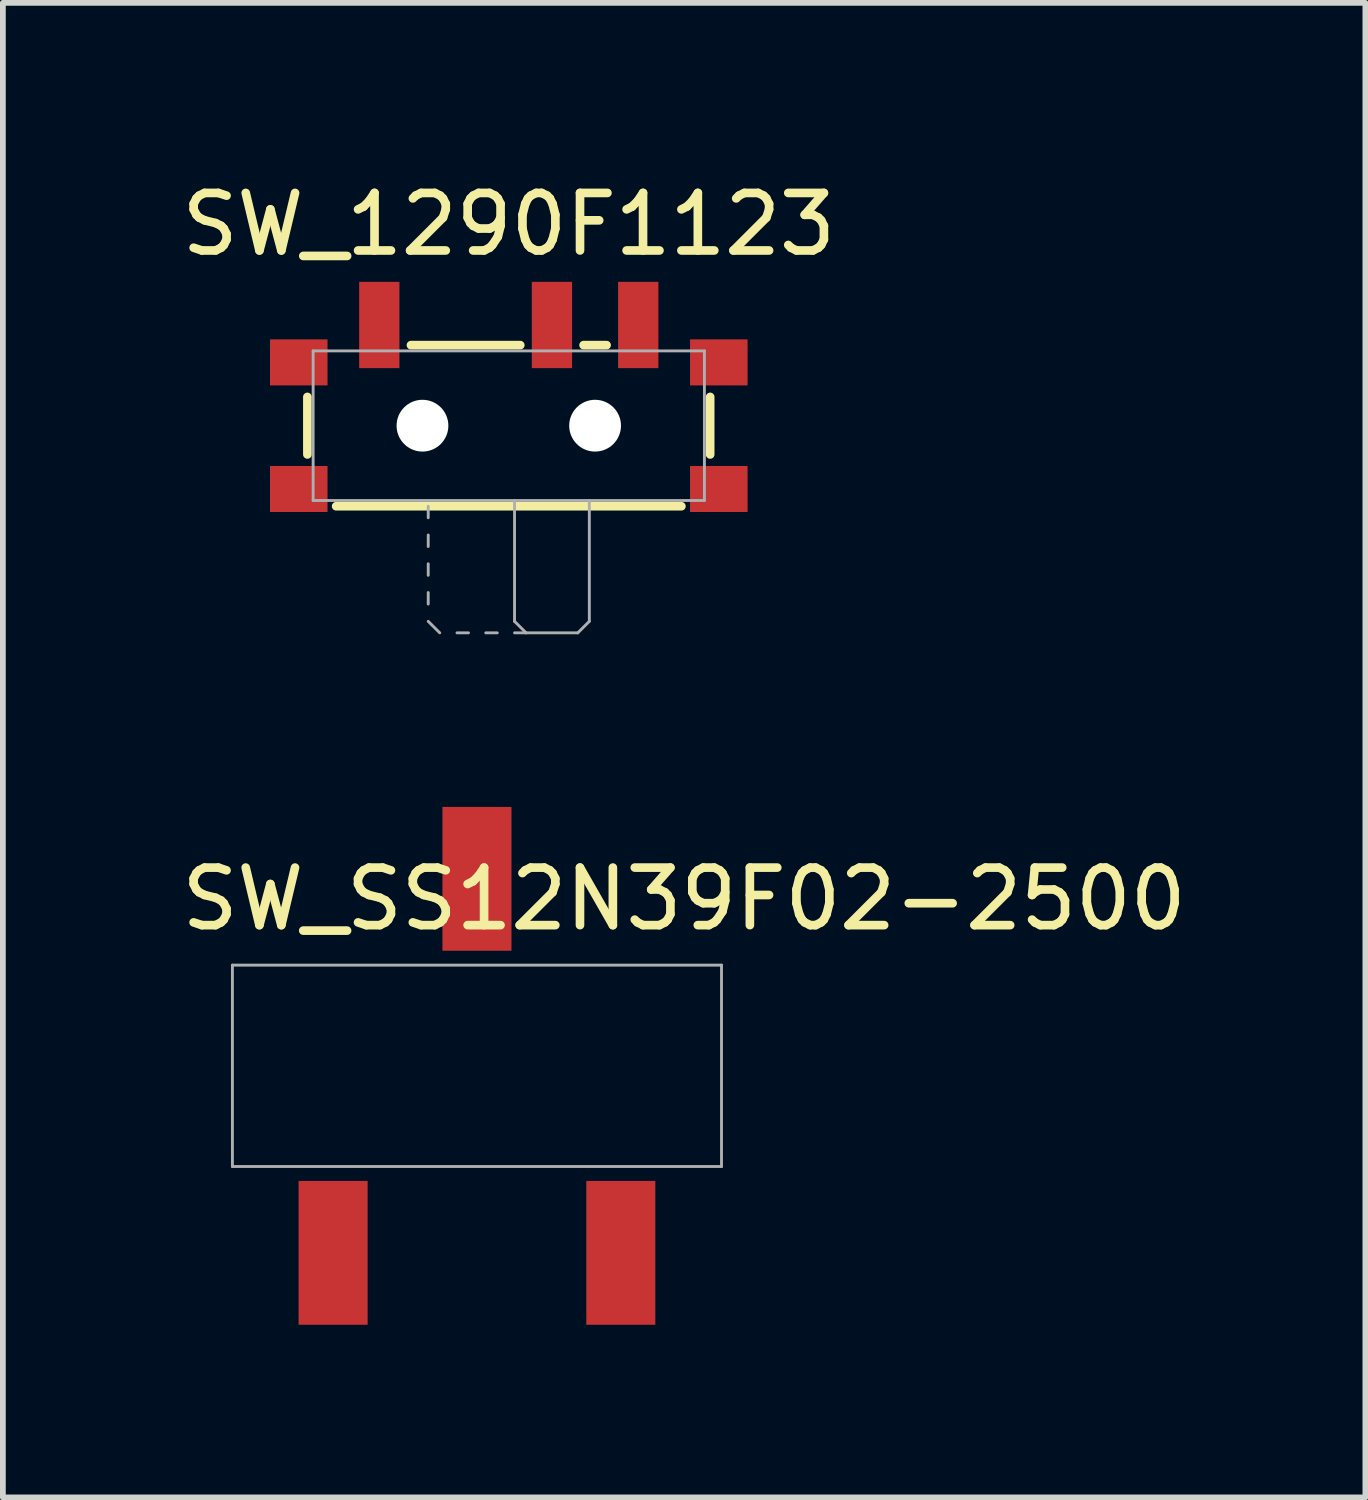
<source format=kicad_pcb>
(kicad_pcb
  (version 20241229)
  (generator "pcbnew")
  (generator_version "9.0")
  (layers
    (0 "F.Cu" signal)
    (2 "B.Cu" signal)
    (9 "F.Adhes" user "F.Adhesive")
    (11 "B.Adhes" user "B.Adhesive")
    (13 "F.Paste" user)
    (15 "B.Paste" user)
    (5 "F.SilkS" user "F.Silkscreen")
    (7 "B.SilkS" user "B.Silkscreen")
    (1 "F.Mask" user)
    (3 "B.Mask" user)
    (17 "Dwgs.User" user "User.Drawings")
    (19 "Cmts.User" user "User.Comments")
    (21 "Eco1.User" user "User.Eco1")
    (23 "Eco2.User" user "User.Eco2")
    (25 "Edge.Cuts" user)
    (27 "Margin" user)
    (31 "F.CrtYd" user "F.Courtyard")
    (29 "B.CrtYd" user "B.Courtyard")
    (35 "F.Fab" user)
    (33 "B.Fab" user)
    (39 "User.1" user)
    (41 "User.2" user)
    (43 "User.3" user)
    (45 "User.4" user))
  (footprint "SW_SS12N39F02-2500"
    (layer "F.Cu")
    (at 5.239 15.473)
    (property "Reference" "SW_SS12N39F02-2500" (at 3.6 -2.9 0) (layer "F.SilkS") (effects (font (size 1 1) (thickness 0.15))))
    (attr through_hole)
    (fp_line (start -4.25 -1.75) (end 4.25 -1.75) (stroke (width 0.05) (type solid)) (layer "F.Fab"))
    (fp_line (start -4.25 1.75) (end -4.25 -1.75) (stroke (width 0.05) (type solid)) (layer "F.Fab"))
    (fp_line (start 4.25 -1.75) (end 4.25 1.75) (stroke (width 0.05) (type solid)) (layer "F.Fab"))
    (fp_line (start 4.25 1.75) (end -4.25 1.75) (stroke (width 0.05) (type solid)) (layer "F.Fab"))
    (pad "COM" smd rect (at 0 -3.25) (size 1.2 2.5) (layers "F.Cu" "F.Mask" "F.Paste"))
    (pad "NC" smd rect (at 2.5 3.25) (size 1.2 2.5) (layers "F.Cu" "F.Mask" "F.Paste"))
    (pad "NO" smd rect (at -2.5 3.25) (size 1.2 2.5) (layers "F.Cu" "F.Mask" "F.Paste")))
  (footprint "SW_1290F1123"
    (layer "F.Cu")
    (at 5.792 4.348)
    (property "Reference" "SW_1290F1123" (at 0 -3.5 0) (layer "F.SilkS") (effects (font (size 1 1) (thickness 0.15))))
    (attr through_hole)
    (fp_line (start -3.5 -0.5) (end -3.5 0.5) (stroke (width 0.15) (type solid)) (layer "F.SilkS"))
    (fp_line (start -3 1.4) (end 3 1.4) (stroke (width 0.15) (type solid)) (layer "F.SilkS"))
    (fp_line (start -1.7 -1.4) (end 0.2 -1.4) (stroke (width 0.15) (type solid)) (layer "F.SilkS"))
    (fp_line (start 1.3 -1.4) (end 1.7 -1.4) (stroke (width 0.15) (type solid)) (layer "F.SilkS"))
    (fp_line (start 3.5 -0.5) (end 3.5 0.5) (stroke (width 0.15) (type solid)) (layer "F.SilkS"))
    (fp_line (start -3.4 -1.3) (end -3.4 1.3) (stroke (width 0.05) (type solid)) (layer "F.Fab"))
    (fp_line (start -3.4 1.3) (end 3.4 1.3) (stroke (width 0.05) (type solid)) (layer "F.Fab"))
    (fp_line (start -1.4 1.6) (end -1.4 1.4) (stroke (width 0.05) (type solid)) (layer "F.Fab"))
    (fp_line (start -1.4 2.1) (end -1.4 1.9) (stroke (width 0.05) (type solid)) (layer "F.Fab"))
    (fp_line (start -1.4 2.6) (end -1.4 2.4) (stroke (width 0.05) (type solid)) (layer "F.Fab"))
    (fp_line (start -1.4 3.1) (end -1.4 2.9) (stroke (width 0.05) (type solid)) (layer "F.Fab"))
    (fp_line (start -1.4 3.4) (end -1.2 3.6) (stroke (width 0.05) (type solid)) (layer "F.Fab"))
    (fp_line (start -0.9 3.6) (end -0.7 3.6) (stroke (width 0.05) (type solid)) (layer "F.Fab"))
    (fp_line (start -0.4 3.6) (end -0.2 3.6) (stroke (width 0.05) (type solid)) (layer "F.Fab"))
    (fp_line (start 0.1 1.3) (end 0.1 3.4) (stroke (width 0.05) (type solid)) (layer "F.Fab"))
    (fp_line (start 0.1 3.4) (end 0.3 3.6) (stroke (width 0.05) (type solid)) (layer "F.Fab"))
    (fp_line (start 0.1 3.6) (end 0.3 3.6) (stroke (width 0.05) (type solid)) (layer "F.Fab"))
    (fp_line (start 0.3 3.6) (end 1.2 3.6) (stroke (width 0.05) (type solid)) (layer "F.Fab"))
    (fp_line (start 1.2 3.6) (end 1.4 3.4) (stroke (width 0.05) (type solid)) (layer "F.Fab"))
    (fp_line (start 1.4 3.4) (end 1.4 1.3) (stroke (width 0.05) (type solid)) (layer "F.Fab"))
    (fp_line (start 3.4 -1.3) (end -3.4 -1.3) (stroke (width 0.05) (type solid)) (layer "F.Fab"))
    (fp_line (start 3.4 1.3) (end 3.4 -1.3) (stroke (width 0.05) (type solid)) (layer "F.Fab"))
    (pad "" np_thru_hole circle (at -1.5 0) (size 0.9 0.9) (drill 0.9) (layers "*.Cu" "*.Mask"))
    (pad "" np_thru_hole circle (at 1.5 0) (size 0.9 0.9) (drill 0.9) (layers "*.Cu" "*.Mask"))
    (pad "COM" smd rect (at 0.75 -1.75) (size 0.7 1.5) (layers "F.Cu" "F.Mask" "F.Paste"))
    (pad "MNT" smd rect (at -3.65 -1.1) (size 1 0.8) (layers "F.Cu" "F.Mask" "F.Paste"))
    (pad "MNT" smd rect (at -3.65 1.1) (size 1 0.8) (layers "F.Cu" "F.Mask" "F.Paste"))
    (pad "MNT" smd rect (at 3.65 -1.1) (size 1 0.8) (layers "F.Cu" "F.Mask" "F.Paste"))
    (pad "MNT" smd rect (at 3.65 1.1) (size 1 0.8) (layers "F.Cu" "F.Mask" "F.Paste"))
    (pad "NC" smd rect (at 2.25 -1.75) (size 0.7 1.5) (layers "F.Cu" "F.Mask" "F.Paste"))
    (pad "NO" smd rect (at -2.25 -1.75) (size 0.7 1.5) (layers "F.Cu" "F.Mask" "F.Paste")))
  (gr_rect
    (start -3 -3)
    (end 20.679 22.973)
    (stroke (width 0.1) (type default))
    (fill no)
    (layer "Edge.Cuts")))
</source>
